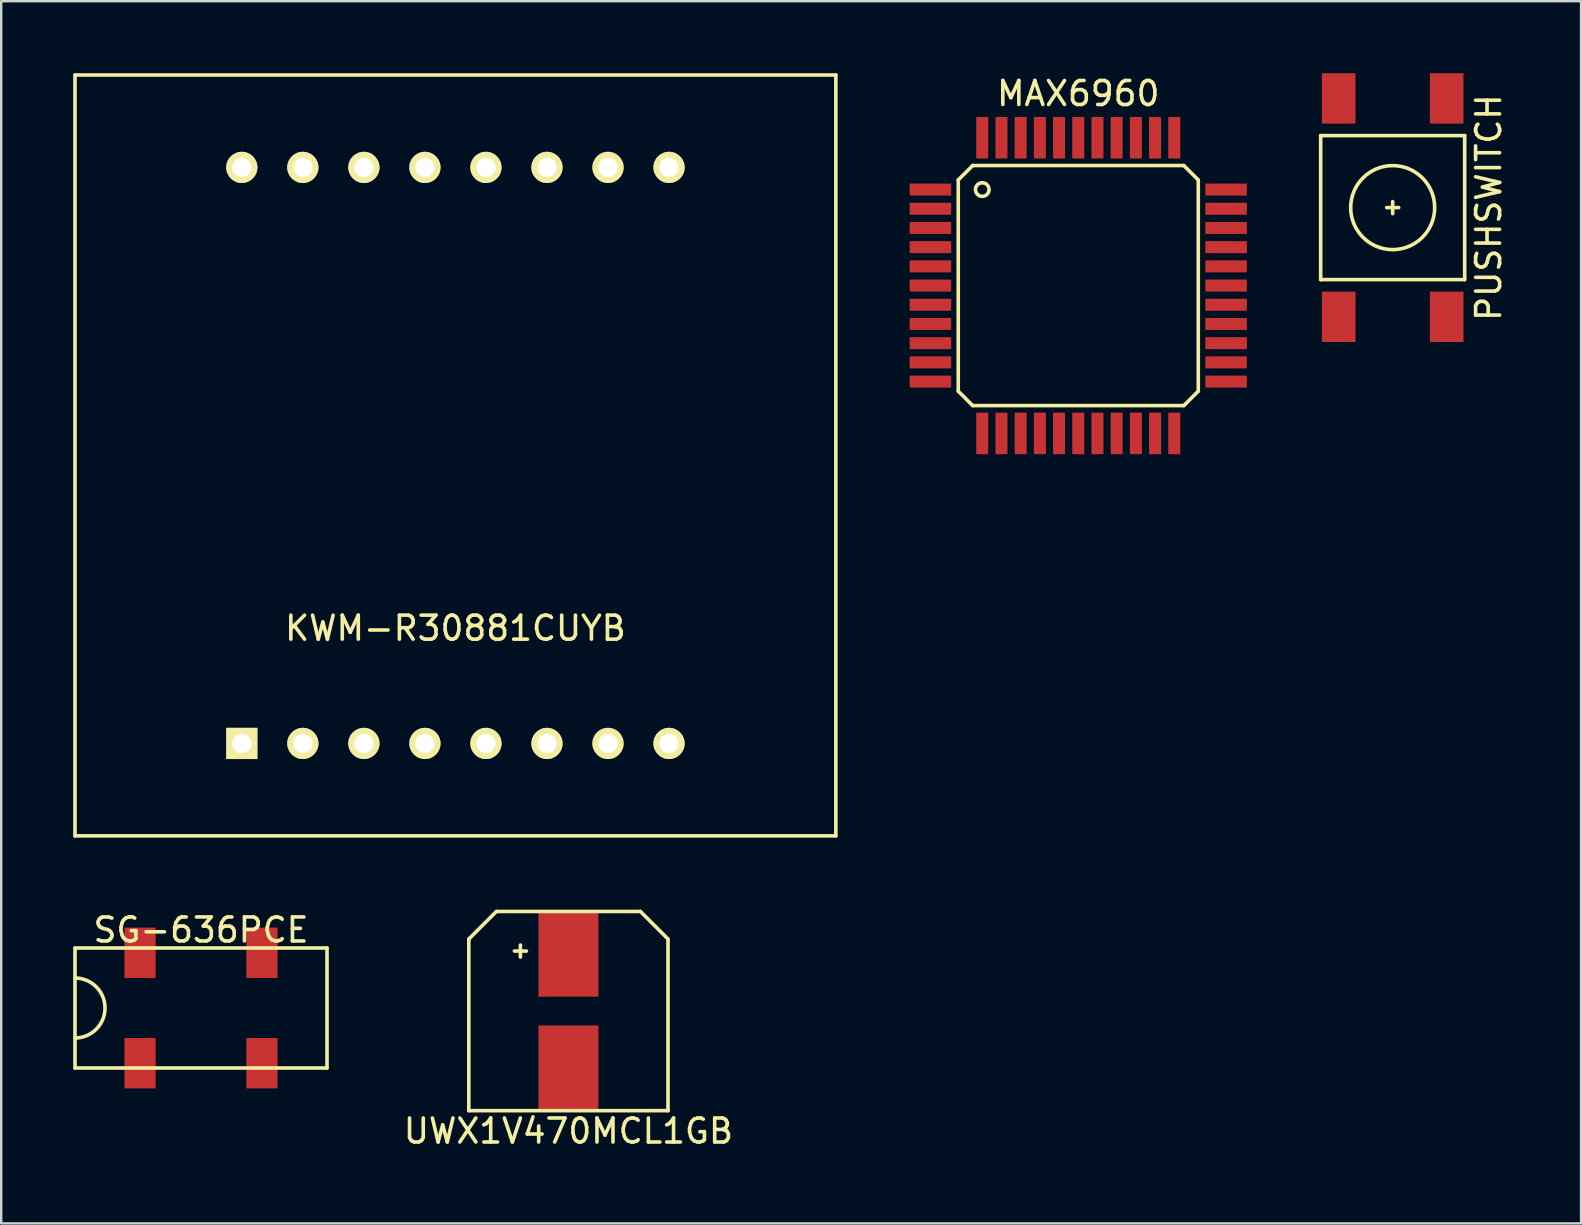
<source format=kicad_pcb>
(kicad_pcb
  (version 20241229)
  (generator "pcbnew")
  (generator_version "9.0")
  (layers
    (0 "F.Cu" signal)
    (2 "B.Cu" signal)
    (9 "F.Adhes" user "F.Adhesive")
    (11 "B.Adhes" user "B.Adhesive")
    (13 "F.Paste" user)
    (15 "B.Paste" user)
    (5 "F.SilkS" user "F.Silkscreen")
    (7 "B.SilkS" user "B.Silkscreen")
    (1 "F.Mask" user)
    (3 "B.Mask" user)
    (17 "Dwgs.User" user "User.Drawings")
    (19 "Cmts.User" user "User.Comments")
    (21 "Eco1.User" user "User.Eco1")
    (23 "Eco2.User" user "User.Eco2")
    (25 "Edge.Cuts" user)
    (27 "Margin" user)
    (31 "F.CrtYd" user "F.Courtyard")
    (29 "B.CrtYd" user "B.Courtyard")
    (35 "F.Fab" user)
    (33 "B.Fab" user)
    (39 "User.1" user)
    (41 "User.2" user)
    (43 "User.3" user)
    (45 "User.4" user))
  (footprint "MAX6960"
    (layer "F.Cu")
    (at 41.875 8.848)
    (property "Reference" "MAX6960" (at 0 -8 0) (layer "F.SilkS") (effects (font (size 1 1) (thickness 0.15))))
    (attr through_hole)
    (fp_line (start -5 -4.4) (end -5 4.4) (stroke (width 0.15) (type solid)) (layer "F.SilkS"))
    (fp_line (start -5 4.4) (end -4.4 5) (stroke (width 0.15) (type solid)) (layer "F.SilkS"))
    (fp_line (start -4.4 -5) (end -5 -4.4) (stroke (width 0.15) (type solid)) (layer "F.SilkS"))
    (fp_line (start -4.4 5) (end 4.4 5) (stroke (width 0.15) (type solid)) (layer "F.SilkS"))
    (fp_line (start 4.4 -5) (end -4.4 -5) (stroke (width 0.15) (type solid)) (layer "F.SilkS"))
    (fp_line (start 4.4 5) (end 5 4.4) (stroke (width 0.15) (type solid)) (layer "F.SilkS"))
    (fp_line (start 5 -4.4) (end 4.4 -5) (stroke (width 0.15) (type solid)) (layer "F.SilkS"))
    (fp_line (start 5 4.4) (end 5 -4.4) (stroke (width 0.15) (type solid)) (layer "F.SilkS"))
    (fp_circle (center -4 -4) (end -3.8 -3.8) (stroke (width 0.15) (type solid)) (fill no) (layer "F.SilkS"))
    (pad "1" smd rect (at -6.16 -4) (size 1.73 0.5) (layers "F.Cu" "F.Mask" "F.Paste"))
    (pad "2" smd rect (at -6.16 -3.2) (size 1.73 0.5) (layers "F.Cu" "F.Mask" "F.Paste"))
    (pad "3" smd rect (at -6.16 -2.4) (size 1.73 0.5) (layers "F.Cu" "F.Mask" "F.Paste"))
    (pad "4" smd rect (at -6.16 -1.6) (size 1.73 0.5) (layers "F.Cu" "F.Mask" "F.Paste"))
    (pad "5" smd rect (at -6.16 -0.8) (size 1.73 0.5) (layers "F.Cu" "F.Mask" "F.Paste"))
    (pad "6" smd rect (at -6.16 -0.000005) (size 1.73 0.5) (layers "F.Cu" "F.Mask" "F.Paste"))
    (pad "7" smd rect (at -6.16 0.8) (size 1.73 0.5) (layers "F.Cu" "F.Mask" "F.Paste"))
    (pad "8" smd rect (at -6.16 1.6) (size 1.73 0.5) (layers "F.Cu" "F.Mask" "F.Paste"))
    (pad "9" smd rect (at -6.16 2.4) (size 1.73 0.5) (layers "F.Cu" "F.Mask" "F.Paste"))
    (pad "10" smd rect (at -6.16 3.2) (size 1.73 0.5) (layers "F.Cu" "F.Mask" "F.Paste"))
    (pad "11" smd rect (at -6.16 4) (size 1.73 0.5) (layers "F.Cu" "F.Mask" "F.Paste"))
    (pad "12" smd rect (at -4 6.16 90) (size 1.73 0.5) (layers "F.Cu" "F.Mask" "F.Paste"))
    (pad "13" smd rect (at -3.2 6.16 90) (size 1.73 0.5) (layers "F.Cu" "F.Mask" "F.Paste"))
    (pad "14" smd rect (at -2.4 6.16 90) (size 1.73 0.5) (layers "F.Cu" "F.Mask" "F.Paste"))
    (pad "15" smd rect (at -1.6 6.16 90) (size 1.73 0.5) (layers "F.Cu" "F.Mask" "F.Paste"))
    (pad "16" smd rect (at -0.8 6.16 90) (size 1.73 0.5) (layers "F.Cu" "F.Mask" "F.Paste"))
    (pad "17" smd rect (at -0.000005 6.16 90) (size 1.73 0.5) (layers "F.Cu" "F.Mask" "F.Paste"))
    (pad "18" smd rect (at 0.8 6.16 90) (size 1.73 0.5) (layers "F.Cu" "F.Mask" "F.Paste"))
    (pad "19" smd rect (at 1.6 6.16 90) (size 1.73 0.5) (layers "F.Cu" "F.Mask" "F.Paste"))
    (pad "20" smd rect (at 2.4 6.16 90) (size 1.73 0.5) (layers "F.Cu" "F.Mask" "F.Paste"))
    (pad "21" smd rect (at 3.2 6.16 90) (size 1.73 0.5) (layers "F.Cu" "F.Mask" "F.Paste"))
    (pad "22" smd rect (at 4 6.16 90) (size 1.73 0.5) (layers "F.Cu" "F.Mask" "F.Paste"))
    (pad "23" smd rect (at 6.16 4) (size 1.73 0.5) (layers "F.Cu" "F.Mask" "F.Paste"))
    (pad "24" smd rect (at 6.16 3.2) (size 1.73 0.5) (layers "F.Cu" "F.Mask" "F.Paste"))
    (pad "25" smd rect (at 6.16 2.4) (size 1.73 0.5) (layers "F.Cu" "F.Mask" "F.Paste"))
    (pad "26" smd rect (at 6.16 1.6) (size 1.73 0.5) (layers "F.Cu" "F.Mask" "F.Paste"))
    (pad "27" smd rect (at 6.16 0.8) (size 1.73 0.5) (layers "F.Cu" "F.Mask" "F.Paste"))
    (pad "28" smd rect (at 6.16 -0.000005) (size 1.73 0.5) (layers "F.Cu" "F.Mask" "F.Paste"))
    (pad "29" smd rect (at 6.16 -0.8) (size 1.73 0.5) (layers "F.Cu" "F.Mask" "F.Paste"))
    (pad "30" smd rect (at 6.16 -1.6) (size 1.73 0.5) (layers "F.Cu" "F.Mask" "F.Paste"))
    (pad "31" smd rect (at 6.16 -2.4) (size 1.73 0.5) (layers "F.Cu" "F.Mask" "F.Paste"))
    (pad "32" smd rect (at 6.16 -3.2) (size 1.73 0.5) (layers "F.Cu" "F.Mask" "F.Paste"))
    (pad "33" smd rect (at 6.16 -4) (size 1.73 0.5) (layers "F.Cu" "F.Mask" "F.Paste"))
    (pad "34" smd rect (at 4 -6.16 90) (size 1.73 0.5) (layers "F.Cu" "F.Mask" "F.Paste"))
    (pad "35" smd rect (at 3.2 -6.16 90) (size 1.73 0.5) (layers "F.Cu" "F.Mask" "F.Paste"))
    (pad "36" smd rect (at 2.4 -6.16 90) (size 1.73 0.5) (layers "F.Cu" "F.Mask" "F.Paste"))
    (pad "37" smd rect (at 1.6 -6.16 90) (size 1.73 0.5) (layers "F.Cu" "F.Mask" "F.Paste"))
    (pad "38" smd rect (at 0.8 -6.16 90) (size 1.73 0.5) (layers "F.Cu" "F.Mask" "F.Paste"))
    (pad "39" smd rect (at -0.000005 -6.16 90) (size 1.73 0.5) (layers "F.Cu" "F.Mask" "F.Paste"))
    (pad "40" smd rect (at -0.8 -6.16 90) (size 1.73 0.5) (layers "F.Cu" "F.Mask" "F.Paste"))
    (pad "41" smd rect (at -1.6 -6.16 90) (size 1.73 0.5) (layers "F.Cu" "F.Mask" "F.Paste"))
    (pad "42" smd rect (at -2.4 -6.16 90) (size 1.73 0.5) (layers "F.Cu" "F.Mask" "F.Paste"))
    (pad "43" smd rect (at -3.2 -6.16 90) (size 1.73 0.5) (layers "F.Cu" "F.Mask" "F.Paste"))
    (pad "44" smd rect (at -4 -6.16 90) (size 1.73 0.5) (layers "F.Cu" "F.Mask" "F.Paste")))
  (footprint "UWX1V470MCL1GB"
    (layer "F.Cu")
    (at 20.632 39.075)
    (property "Reference" "UWX1V470MCL1GB" (at 0 5 0) (layer "F.SilkS") (effects (font (size 1 1) (thickness 0.15))))
    (attr through_hole)
    (fp_line (start -4.15 -3) (end -3 -4.15) (stroke (width 0.15) (type solid)) (layer "F.SilkS"))
    (fp_line (start -4.15 4.15) (end -4.15 -3) (stroke (width 0.15) (type solid)) (layer "F.SilkS"))
    (fp_line (start -4.15 4.15) (end 4.15 4.15) (stroke (width 0.15) (type solid)) (layer "F.SilkS"))
    (fp_line (start -3 -4.15) (end 3 -4.15) (stroke (width 0.15) (type solid)) (layer "F.SilkS"))
    (fp_line (start -2.25 -2.5) (end -1.75 -2.5) (stroke (width 0.15) (type solid)) (layer "F.SilkS"))
    (fp_line (start -2 -2.75) (end -2 -2.25) (stroke (width 0.15) (type solid)) (layer "F.SilkS"))
    (fp_line (start 4.15 -3) (end 3 -4.15) (stroke (width 0.15) (type solid)) (layer "F.SilkS"))
    (fp_line (start 4.15 4.15) (end 4.15 -3) (stroke (width 0.15) (type solid)) (layer "F.SilkS"))
    (pad "1" smd rect (at 0 -2.35) (size 2.5 3.5) (layers "F.Cu" "F.Mask" "F.Paste"))
    (pad "2" smd rect (at 0 2.35) (size 2.5 3.5) (layers "F.Cu" "F.Mask" "F.Paste")))
  (footprint "SG-636PCE"
    (layer "F.Cu")
    (at 5.325 38.948)
    (property "Reference" "SG-636PCE" (at 0 -3.25 0) (layer "F.SilkS") (effects (font (size 1 1) (thickness 0.15))))
    (attr through_hole)
    (fp_line (start -5.25 -2.5) (end -5.25 2.5) (stroke (width 0.15) (type solid)) (layer "F.SilkS"))
    (fp_line (start -5.25 2.5) (end 5.25 2.5) (stroke (width 0.15) (type solid)) (layer "F.SilkS"))
    (fp_line (start 5.25 -2.5) (end -5.25 -2.5) (stroke (width 0.15) (type solid)) (layer "F.SilkS"))
    (fp_line (start 5.25 2.5) (end 5.25 -2.5) (stroke (width 0.15) (type solid)) (layer "F.SilkS"))
    (fp_arc (start -5.25 -1.25) (mid -4 0) (end -5.25 1.25) (stroke (width 0.15) (type solid)) (layer "F.SilkS"))
    (pad "1" smd rect (at -2.54 2.3) (size 1.3 2.1) (layers "F.Cu" "F.Mask" "F.Paste"))
    (pad "2" smd rect (at 2.54 2.3) (size 1.3 2.1) (layers "F.Cu" "F.Mask" "F.Paste"))
    (pad "3" smd rect (at 2.54 -2.3) (size 1.3 2.1) (layers "F.Cu" "F.Mask" "F.Paste"))
    (pad "4" smd rect (at -2.54 -2.3) (size 1.3 2.1) (layers "F.Cu" "F.Mask" "F.Paste")))
  (footprint "PUSHSWITCH"
    (layer "F.Cu")
    (at 54.975 5.6)
    (property "Reference" "PUSHSWITCH" (at 4 0 90) (layer "F.SilkS") (effects (font (size 1 1) (thickness 0.15))))
    (attr through_hole)
    (fp_line (start -3 -3) (end 3 -3) (stroke (width 0.15) (type solid)) (layer "F.SilkS"))
    (fp_line (start -3 3) (end -3 -3) (stroke (width 0.15) (type solid)) (layer "F.SilkS"))
    (fp_line (start -0.25 0) (end 0.25 0) (stroke (width 0.15) (type solid)) (layer "F.SilkS"))
    (fp_line (start 0 -0.25) (end 0 0.25) (stroke (width 0.15) (type solid)) (layer "F.SilkS"))
    (fp_line (start 3 -3) (end 3 3) (stroke (width 0.15) (type solid)) (layer "F.SilkS"))
    (fp_line (start 3 3) (end -3 3) (stroke (width 0.15) (type solid)) (layer "F.SilkS"))
    (fp_circle (center 0 0) (end 0 1.75) (stroke (width 0.15) (type solid)) (fill no) (layer "F.SilkS"))
    (pad "1" smd rect (at 2.25 -4.55) (size 1.4 2.1) (layers "F.Cu" "F.Mask" "F.Paste"))
    (pad "1" smd rect (at 2.25 4.55) (size 1.4 2.1) (layers "F.Cu" "F.Mask" "F.Paste"))
    (pad "2" smd rect (at -2.25 -4.55) (size 1.4 2.1) (layers "F.Cu" "F.Mask" "F.Paste"))
    (pad "2" smd rect (at -2.25 4.55) (size 1.4 2.1) (layers "F.Cu" "F.Mask" "F.Paste")))
  (footprint "KWM-R30881CUYB"
    (layer "F.Cu")
    (at 15.925 15.925)
    (property "Reference" "KWM-R30881CUYB" (at 0 7.2 0) (layer "F.SilkS") (effects (font (size 1 1) (thickness 0.15))))
    (attr through_hole)
    (fp_line (start -15.85 -15.85) (end -15.85 15.85) (stroke (width 0.15) (type solid)) (layer "F.SilkS"))
    (fp_line (start -15.85 15.85) (end 15.85 15.85) (stroke (width 0.15) (type solid)) (layer "F.SilkS"))
    (fp_line (start 15.85 -15.85) (end -15.85 -15.85) (stroke (width 0.15) (type solid)) (layer "F.SilkS"))
    (fp_line (start 15.85 15.85) (end 15.85 -15.85) (stroke (width 0.15) (type solid)) (layer "F.SilkS"))
    (pad "1" thru_hole rect (at -8.9 12) (size 1.3 1.3) (drill 0.8) (layers "*.Cu" "*.Mask" "F.SilkS"))
    (pad "2" thru_hole circle (at -6.357 12) (size 1.3 1.3) (drill 0.8) (layers "*.Cu" "*.Mask" "F.SilkS"))
    (pad "3" thru_hole circle (at -3.814 12) (size 1.3 1.3) (drill 0.8) (layers "*.Cu" "*.Mask" "F.SilkS"))
    (pad "4" thru_hole circle (at -1.271 12) (size 1.3 1.3) (drill 0.8) (layers "*.Cu" "*.Mask" "F.SilkS"))
    (pad "5" thru_hole circle (at 1.271 12) (size 1.3 1.3) (drill 0.8) (layers "*.Cu" "*.Mask" "F.SilkS"))
    (pad "6" thru_hole circle (at 3.814 12) (size 1.3 1.3) (drill 0.8) (layers "*.Cu" "*.Mask" "F.SilkS"))
    (pad "7" thru_hole circle (at 6.357 12) (size 1.3 1.3) (drill 0.8) (layers "*.Cu" "*.Mask" "F.SilkS"))
    (pad "8" thru_hole circle (at 8.9 12) (size 1.3 1.3) (drill 0.8) (layers "*.Cu" "*.Mask" "F.SilkS"))
    (pad "9" thru_hole circle (at 8.9 -12) (size 1.3 1.3) (drill 0.8) (layers "*.Cu" "*.Mask" "F.SilkS"))
    (pad "10" thru_hole circle (at 6.357 -12) (size 1.3 1.3) (drill 0.8) (layers "*.Cu" "*.Mask" "F.SilkS"))
    (pad "11" thru_hole circle (at 3.814 -12) (size 1.3 1.3) (drill 0.8) (layers "*.Cu" "*.Mask" "F.SilkS"))
    (pad "12" thru_hole circle (at 1.271 -12) (size 1.3 1.3) (drill 0.8) (layers "*.Cu" "*.Mask" "F.SilkS"))
    (pad "13" thru_hole circle (at -1.271 -12) (size 1.3 1.3) (drill 0.8) (layers "*.Cu" "*.Mask" "F.SilkS"))
    (pad "14" thru_hole circle (at -3.814 -12) (size 1.3 1.3) (drill 0.8) (layers "*.Cu" "*.Mask" "F.SilkS"))
    (pad "15" thru_hole circle (at -6.357 -12) (size 1.3 1.3) (drill 0.8) (layers "*.Cu" "*.Mask" "F.SilkS"))
    (pad "16" thru_hole circle (at -8.9 -12) (size 1.3 1.3) (drill 0.8) (layers "*.Cu" "*.Mask" "F.SilkS")))
  (gr_rect
    (start -3 -3)
    (end 62.823 47.923)
    (stroke (width 0.1) (type default))
    (fill no)
    (layer "Edge.Cuts")))
</source>
